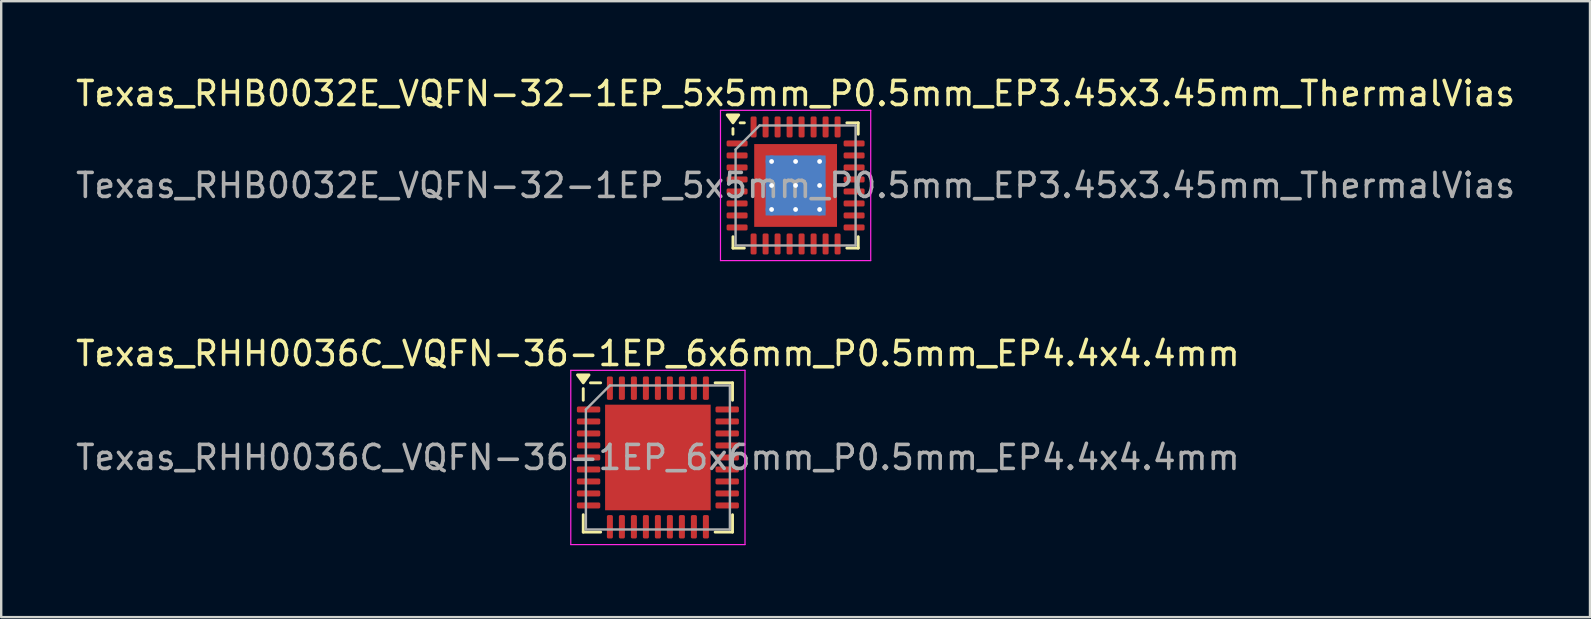
<source format=kicad_pcb>
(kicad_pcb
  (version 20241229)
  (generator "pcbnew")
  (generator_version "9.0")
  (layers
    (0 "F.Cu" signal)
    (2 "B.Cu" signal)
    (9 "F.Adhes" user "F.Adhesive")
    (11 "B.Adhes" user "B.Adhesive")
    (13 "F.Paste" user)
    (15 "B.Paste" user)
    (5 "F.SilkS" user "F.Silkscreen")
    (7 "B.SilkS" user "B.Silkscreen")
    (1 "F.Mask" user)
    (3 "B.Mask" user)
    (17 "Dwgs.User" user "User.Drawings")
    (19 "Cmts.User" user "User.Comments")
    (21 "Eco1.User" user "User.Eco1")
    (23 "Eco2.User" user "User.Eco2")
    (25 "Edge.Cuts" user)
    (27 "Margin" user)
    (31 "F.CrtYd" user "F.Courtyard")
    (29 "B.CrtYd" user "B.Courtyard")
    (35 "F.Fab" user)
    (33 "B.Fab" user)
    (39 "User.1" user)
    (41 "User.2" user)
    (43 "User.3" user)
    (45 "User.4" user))
  (footprint "Texas_RHB0032E_VQFN-32-1EP_5x5mm_P0.5mm_EP3.45x3.45mm_ThermalVias"
    (layer "F.Cu")
    (at 30.101 4.678)
    (property "Reference" "Texas_RHB0032E_VQFN-32-1EP_5x5mm_P0.5mm_EP3.45x3.45mm_ThermalVias" (at 0 -3.83 0) (layer "F.SilkS") (effects (font (size 1 1) (thickness 0.15))))
    (attr smd)
    (fp_line (start -2.61 -2.135) (end -2.61 -2.37) (stroke (width 0.12) (type solid)) (layer "F.SilkS"))
    (fp_line (start -2.61 2.61) (end -2.61 2.135) (stroke (width 0.12) (type solid)) (layer "F.SilkS"))
    (fp_line (start -2.135 -2.61) (end -2.31 -2.61) (stroke (width 0.12) (type solid)) (layer "F.SilkS"))
    (fp_line (start -2.135 2.61) (end -2.61 2.61) (stroke (width 0.12) (type solid)) (layer "F.SilkS"))
    (fp_line (start 2.135 -2.61) (end 2.61 -2.61) (stroke (width 0.12) (type solid)) (layer "F.SilkS"))
    (fp_line (start 2.135 2.61) (end 2.61 2.61) (stroke (width 0.12) (type solid)) (layer "F.SilkS"))
    (fp_line (start 2.61 -2.61) (end 2.61 -2.135) (stroke (width 0.12) (type solid)) (layer "F.SilkS"))
    (fp_line (start 2.61 2.61) (end 2.61 2.135) (stroke (width 0.12) (type solid)) (layer "F.SilkS"))
    (fp_poly (pts (xy -2.61 -2.61) (xy -2.85 -2.94) (xy -2.37 -2.94) (xy -2.61 -2.61)) (stroke (width 0.12) (type solid)) (fill yes) (layer "F.SilkS"))
    (fp_line (start -3.13 -3.13) (end -3.13 3.13) (stroke (width 0.05) (type solid)) (layer "F.CrtYd"))
    (fp_line (start -3.13 3.13) (end 3.13 3.13) (stroke (width 0.05) (type solid)) (layer "F.CrtYd"))
    (fp_line (start 3.13 -3.13) (end -3.13 -3.13) (stroke (width 0.05) (type solid)) (layer "F.CrtYd"))
    (fp_line (start 3.13 3.13) (end 3.13 -3.13) (stroke (width 0.05) (type solid)) (layer "F.CrtYd"))
    (fp_line (start -2.5 -1.5) (end -1.5 -2.5) (stroke (width 0.1) (type solid)) (layer "F.Fab"))
    (fp_line (start -2.5 2.5) (end -2.5 -1.5) (stroke (width 0.1) (type solid)) (layer "F.Fab"))
    (fp_line (start -1.5 -2.5) (end 2.5 -2.5) (stroke (width 0.1) (type solid)) (layer "F.Fab"))
    (fp_line (start 2.5 -2.5) (end 2.5 2.5) (stroke (width 0.1) (type solid)) (layer "F.Fab"))
    (fp_line (start 2.5 2.5) (end -2.5 2.5) (stroke (width 0.1) (type solid)) (layer "F.Fab"))
    (fp_text user "${REFERENCE}" (at 0 0 0) (layer "F.Fab") (effects (font (size 1 1) (thickness 0.15))))
    (pad "" smd custom (at -1.363 -1.363) (size 0.484 0.484) (layers "F.Paste") (options (anchor circle)) (primitives (gr_poly (pts (xy -0.192 -0.192) (xy 0.192 -0.192) (xy 0.192 0.108) (xy 0.108 0.192) (xy -0.192 0.192)) (width 0.201) (fill yes))))
    (pad "" smd custom (at -1.363 -0.5) (size 0.503 0.503) (layers "F.Paste") (options (anchor circle)) (primitives (gr_poly (pts (xy -0.21 -0.321) (xy 0.143 -0.321) (xy 0.21 -0.254) (xy 0.21 0.254) (xy 0.143 0.321) (xy -0.21 0.321)) (width 0.164) (fill yes))))
    (pad "" smd custom (at -1.363 0.5) (size 0.503 0.503) (layers "F.Paste") (options (anchor circle)) (primitives (gr_poly (pts (xy -0.21 -0.321) (xy 0.143 -0.321) (xy 0.21 -0.254) (xy 0.21 0.254) (xy 0.143 0.321) (xy -0.21 0.321)) (width 0.164) (fill yes))))
    (pad "" smd custom (at -1.363 1.363) (size 0.484 0.484) (layers "F.Paste") (options (anchor circle)) (primitives (gr_poly (pts (xy -0.192 -0.192) (xy 0.108 -0.192) (xy 0.192 -0.108) (xy 0.192 0.192) (xy -0.192 0.192)) (width 0.201) (fill yes))))
    (pad "" smd custom (at -0.5 -1.363) (size 0.503 0.503) (layers "F.Paste") (options (anchor circle)) (primitives (gr_poly (pts (xy -0.321 -0.21) (xy 0.321 -0.21) (xy 0.321 0.143) (xy 0.254 0.21) (xy -0.254 0.21) (xy -0.321 0.143)) (width 0.164) (fill yes))))
    (pad "" smd roundrect (at -0.5 -0.5) (size 0.806 0.806) (layers "F.Paste") (roundrect_rratio 0.25))
    (pad "" smd roundrect (at -0.5 0.5) (size 0.806 0.806) (layers "F.Paste") (roundrect_rratio 0.25))
    (pad "" smd custom (at -0.5 1.363) (size 0.503 0.503) (layers "F.Paste") (options (anchor circle)) (primitives (gr_poly (pts (xy -0.321 -0.143) (xy -0.254 -0.21) (xy 0.254 -0.21) (xy 0.321 -0.143) (xy 0.321 0.21) (xy -0.321 0.21)) (width 0.164) (fill yes))))
    (pad "" smd custom (at 0.5 -1.363) (size 0.503 0.503) (layers "F.Paste") (options (anchor circle)) (primitives (gr_poly (pts (xy -0.321 -0.21) (xy 0.321 -0.21) (xy 0.321 0.143) (xy 0.254 0.21) (xy -0.254 0.21) (xy -0.321 0.143)) (width 0.164) (fill yes))))
    (pad "" smd roundrect (at 0.5 -0.5) (size 0.806 0.806) (layers "F.Paste") (roundrect_rratio 0.25))
    (pad "" smd roundrect (at 0.5 0.5) (size 0.806 0.806) (layers "F.Paste") (roundrect_rratio 0.25))
    (pad "" smd custom (at 0.5 1.363) (size 0.503 0.503) (layers "F.Paste") (options (anchor circle)) (primitives (gr_poly (pts (xy -0.321 -0.143) (xy -0.254 -0.21) (xy 0.254 -0.21) (xy 0.321 -0.143) (xy 0.321 0.21) (xy -0.321 0.21)) (width 0.164) (fill yes))))
    (pad "" smd custom (at 1.363 -1.363) (size 0.484 0.484) (layers "F.Paste") (options (anchor circle)) (primitives (gr_poly (pts (xy -0.192 -0.192) (xy 0.192 -0.192) (xy 0.192 0.192) (xy -0.108 0.192) (xy -0.192 0.108)) (width 0.201) (fill yes))))
    (pad "" smd custom (at 1.363 -0.5) (size 0.503 0.503) (layers "F.Paste") (options (anchor circle)) (primitives (gr_poly (pts (xy -0.21 -0.254) (xy -0.143 -0.321) (xy 0.21 -0.321) (xy 0.21 0.321) (xy -0.143 0.321) (xy -0.21 0.254)) (width 0.164) (fill yes))))
    (pad "" smd custom (at 1.363 0.5) (size 0.503 0.503) (layers "F.Paste") (options (anchor circle)) (primitives (gr_poly (pts (xy -0.21 -0.254) (xy -0.143 -0.321) (xy 0.21 -0.321) (xy 0.21 0.321) (xy -0.143 0.321) (xy -0.21 0.254)) (width 0.164) (fill yes))))
    (pad "" smd custom (at 1.363 1.363) (size 0.484 0.484) (layers "F.Paste") (options (anchor circle)) (primitives (gr_poly (pts (xy -0.192 -0.108) (xy -0.108 -0.192) (xy 0.192 -0.192) (xy 0.192 0.192) (xy -0.192 0.192)) (width 0.201) (fill yes))))
    (pad "1" smd roundrect (at -2.438 -1.75) (size 0.875 0.25) (layers "F.Cu" "F.Mask" "F.Paste") (roundrect_rratio 0.25))
    (pad "2" smd roundrect (at -2.438 -1.25) (size 0.875 0.25) (layers "F.Cu" "F.Mask" "F.Paste") (roundrect_rratio 0.25))
    (pad "3" smd roundrect (at -2.438 -0.75) (size 0.875 0.25) (layers "F.Cu" "F.Mask" "F.Paste") (roundrect_rratio 0.25))
    (pad "4" smd roundrect (at -2.438 -0.25) (size 0.875 0.25) (layers "F.Cu" "F.Mask" "F.Paste") (roundrect_rratio 0.25))
    (pad "5" smd roundrect (at -2.438 0.25) (size 0.875 0.25) (layers "F.Cu" "F.Mask" "F.Paste") (roundrect_rratio 0.25))
    (pad "6" smd roundrect (at -2.438 0.75) (size 0.875 0.25) (layers "F.Cu" "F.Mask" "F.Paste") (roundrect_rratio 0.25))
    (pad "7" smd roundrect (at -2.438 1.25) (size 0.875 0.25) (layers "F.Cu" "F.Mask" "F.Paste") (roundrect_rratio 0.25))
    (pad "8" smd roundrect (at -2.438 1.75) (size 0.875 0.25) (layers "F.Cu" "F.Mask" "F.Paste") (roundrect_rratio 0.25))
    (pad "9" smd roundrect (at -1.75 2.438) (size 0.25 0.875) (layers "F.Cu" "F.Mask" "F.Paste") (roundrect_rratio 0.25))
    (pad "10" smd roundrect (at -1.25 2.438) (size 0.25 0.875) (layers "F.Cu" "F.Mask" "F.Paste") (roundrect_rratio 0.25))
    (pad "11" smd roundrect (at -0.75 2.438) (size 0.25 0.875) (layers "F.Cu" "F.Mask" "F.Paste") (roundrect_rratio 0.25))
    (pad "12" smd roundrect (at -0.25 2.438) (size 0.25 0.875) (layers "F.Cu" "F.Mask" "F.Paste") (roundrect_rratio 0.25))
    (pad "13" smd roundrect (at 0.25 2.438) (size 0.25 0.875) (layers "F.Cu" "F.Mask" "F.Paste") (roundrect_rratio 0.25))
    (pad "14" smd roundrect (at 0.75 2.438) (size 0.25 0.875) (layers "F.Cu" "F.Mask" "F.Paste") (roundrect_rratio 0.25))
    (pad "15" smd roundrect (at 1.25 2.438) (size 0.25 0.875) (layers "F.Cu" "F.Mask" "F.Paste") (roundrect_rratio 0.25))
    (pad "16" smd roundrect (at 1.75 2.438) (size 0.25 0.875) (layers "F.Cu" "F.Mask" "F.Paste") (roundrect_rratio 0.25))
    (pad "17" smd roundrect (at 2.438 1.75) (size 0.875 0.25) (layers "F.Cu" "F.Mask" "F.Paste") (roundrect_rratio 0.25))
    (pad "18" smd roundrect (at 2.438 1.25) (size 0.875 0.25) (layers "F.Cu" "F.Mask" "F.Paste") (roundrect_rratio 0.25))
    (pad "19" smd roundrect (at 2.438 0.75) (size 0.875 0.25) (layers "F.Cu" "F.Mask" "F.Paste") (roundrect_rratio 0.25))
    (pad "20" smd roundrect (at 2.438 0.25) (size 0.875 0.25) (layers "F.Cu" "F.Mask" "F.Paste") (roundrect_rratio 0.25))
    (pad "21" smd roundrect (at 2.438 -0.25) (size 0.875 0.25) (layers "F.Cu" "F.Mask" "F.Paste") (roundrect_rratio 0.25))
    (pad "22" smd roundrect (at 2.438 -0.75) (size 0.875 0.25) (layers "F.Cu" "F.Mask" "F.Paste") (roundrect_rratio 0.25))
    (pad "23" smd roundrect (at 2.438 -1.25) (size 0.875 0.25) (layers "F.Cu" "F.Mask" "F.Paste") (roundrect_rratio 0.25))
    (pad "24" smd roundrect (at 2.438 -1.75) (size 0.875 0.25) (layers "F.Cu" "F.Mask" "F.Paste") (roundrect_rratio 0.25))
    (pad "25" smd roundrect (at 1.75 -2.438) (size 0.25 0.875) (layers "F.Cu" "F.Mask" "F.Paste") (roundrect_rratio 0.25))
    (pad "26" smd roundrect (at 1.25 -2.438) (size 0.25 0.875) (layers "F.Cu" "F.Mask" "F.Paste") (roundrect_rratio 0.25))
    (pad "27" smd roundrect (at 0.75 -2.438) (size 0.25 0.875) (layers "F.Cu" "F.Mask" "F.Paste") (roundrect_rratio 0.25))
    (pad "28" smd roundrect (at 0.25 -2.438) (size 0.25 0.875) (layers "F.Cu" "F.Mask" "F.Paste") (roundrect_rratio 0.25))
    (pad "29" smd roundrect (at -0.25 -2.438) (size 0.25 0.875) (layers "F.Cu" "F.Mask" "F.Paste") (roundrect_rratio 0.25))
    (pad "30" smd roundrect (at -0.75 -2.438) (size 0.25 0.875) (layers "F.Cu" "F.Mask" "F.Paste") (roundrect_rratio 0.25))
    (pad "31" smd roundrect (at -1.25 -2.438) (size 0.25 0.875) (layers "F.Cu" "F.Mask" "F.Paste") (roundrect_rratio 0.25))
    (pad "32" smd roundrect (at -1.75 -2.438) (size 0.25 0.875) (layers "F.Cu" "F.Mask" "F.Paste") (roundrect_rratio 0.25))
    (pad "33" thru_hole circle (at -1 -1) (size 0.5 0.5) (drill 0.2) (property pad_prop_heatsink) (layers "*.Cu"))
    (pad "33" thru_hole circle (at -1 0) (size 0.5 0.5) (drill 0.2) (property pad_prop_heatsink) (layers "*.Cu"))
    (pad "33" thru_hole circle (at -1 1) (size 0.5 0.5) (drill 0.2) (property pad_prop_heatsink) (layers "*.Cu"))
    (pad "33" thru_hole circle (at 0 -1) (size 0.5 0.5) (drill 0.2) (property pad_prop_heatsink) (layers "*.Cu"))
    (pad "33" thru_hole circle (at 0 0) (size 0.5 0.5) (drill 0.2) (property pad_prop_heatsink) (layers "*.Cu"))
    (pad "33" smd rect (at 0 0) (size 2.5 2.5) (property pad_prop_heatsink) (layers "B.Cu"))
    (pad "33" smd rect (at 0 0) (size 3.45 3.45) (property pad_prop_heatsink) (layers "F.Cu" "F.Mask"))
    (pad "33" thru_hole circle (at 0 1) (size 0.5 0.5) (drill 0.2) (property pad_prop_heatsink) (layers "*.Cu"))
    (pad "33" thru_hole circle (at 1 -1) (size 0.5 0.5) (drill 0.2) (property pad_prop_heatsink) (layers "*.Cu"))
    (pad "33" thru_hole circle (at 1 0) (size 0.5 0.5) (drill 0.2) (property pad_prop_heatsink) (layers "*.Cu"))
    (pad "33" thru_hole circle (at 1 1) (size 0.5 0.5) (drill 0.2) (property pad_prop_heatsink) (layers "*.Cu")))
  (footprint "Texas_RHH0036C_VQFN-36-1EP_6x6mm_P0.5mm_EP4.4x4.4mm"
    (layer "F.Cu")
    (at 24.363 16.012)
    (property "Reference" "Texas_RHH0036C_VQFN-36-1EP_6x6mm_P0.5mm_EP4.4x4.4mm" (at 0 -4.33 0) (layer "F.SilkS") (effects (font (size 1 1) (thickness 0.15))))
    (attr smd)
    (fp_line (start -3.11 -2.385) (end -3.11 -2.87) (stroke (width 0.12) (type solid)) (layer "F.SilkS"))
    (fp_line (start -3.11 3.11) (end -3.11 2.385) (stroke (width 0.12) (type solid)) (layer "F.SilkS"))
    (fp_line (start -2.385 -3.11) (end -2.81 -3.11) (stroke (width 0.12) (type solid)) (layer "F.SilkS"))
    (fp_line (start -2.385 3.11) (end -3.11 3.11) (stroke (width 0.12) (type solid)) (layer "F.SilkS"))
    (fp_line (start 2.385 -3.11) (end 3.11 -3.11) (stroke (width 0.12) (type solid)) (layer "F.SilkS"))
    (fp_line (start 2.385 3.11) (end 3.11 3.11) (stroke (width 0.12) (type solid)) (layer "F.SilkS"))
    (fp_line (start 3.11 -3.11) (end 3.11 -2.385) (stroke (width 0.12) (type solid)) (layer "F.SilkS"))
    (fp_line (start 3.11 3.11) (end 3.11 2.385) (stroke (width 0.12) (type solid)) (layer "F.SilkS"))
    (fp_poly (pts (xy -3.11 -3.11) (xy -3.35 -3.44) (xy -2.87 -3.44) (xy -3.11 -3.11)) (stroke (width 0.12) (type solid)) (fill yes) (layer "F.SilkS"))
    (fp_line (start -3.63 -3.63) (end -3.63 3.63) (stroke (width 0.05) (type solid)) (layer "F.CrtYd"))
    (fp_line (start -3.63 3.63) (end 3.63 3.63) (stroke (width 0.05) (type solid)) (layer "F.CrtYd"))
    (fp_line (start 3.63 -3.63) (end -3.63 -3.63) (stroke (width 0.05) (type solid)) (layer "F.CrtYd"))
    (fp_line (start 3.63 3.63) (end 3.63 -3.63) (stroke (width 0.05) (type solid)) (layer "F.CrtYd"))
    (fp_line (start -3 -2) (end -2 -3) (stroke (width 0.1) (type solid)) (layer "F.Fab"))
    (fp_line (start -3 3) (end -3 -2) (stroke (width 0.1) (type solid)) (layer "F.Fab"))
    (fp_line (start -2 -3) (end 3 -3) (stroke (width 0.1) (type solid)) (layer "F.Fab"))
    (fp_line (start 3 -3) (end 3 3) (stroke (width 0.1) (type solid)) (layer "F.Fab"))
    (fp_line (start 3 3) (end -3 3) (stroke (width 0.1) (type solid)) (layer "F.Fab"))
    (fp_text user "${REFERENCE}" (at 0 0 0) (layer "F.Fab") (effects (font (size 1 1) (thickness 0.15))))
    (pad "" smd roundrect (at -1.47 -1.47) (size 1.18 1.18) (layers "F.Paste") (roundrect_rratio 0.212))
    (pad "" smd roundrect (at -1.47 0) (size 1.18 1.18) (layers "F.Paste") (roundrect_rratio 0.212))
    (pad "" smd roundrect (at -1.47 1.47) (size 1.18 1.18) (layers "F.Paste") (roundrect_rratio 0.212))
    (pad "" smd roundrect (at 0 -1.47) (size 1.18 1.18) (layers "F.Paste") (roundrect_rratio 0.212))
    (pad "" smd roundrect (at 0 0) (size 1.18 1.18) (layers "F.Paste") (roundrect_rratio 0.212))
    (pad "" smd roundrect (at 0 1.47) (size 1.18 1.18) (layers "F.Paste") (roundrect_rratio 0.212))
    (pad "" smd roundrect (at 1.47 -1.47) (size 1.18 1.18) (layers "F.Paste") (roundrect_rratio 0.212))
    (pad "" smd roundrect (at 1.47 0) (size 1.18 1.18) (layers "F.Paste") (roundrect_rratio 0.212))
    (pad "" smd roundrect (at 1.47 1.47) (size 1.18 1.18) (layers "F.Paste") (roundrect_rratio 0.212))
    (pad "1" smd roundrect (at -2.888 -2) (size 0.975 0.25) (layers "F.Cu" "F.Mask" "F.Paste") (roundrect_rratio 0.25))
    (pad "2" smd roundrect (at -2.888 -1.5) (size 0.975 0.25) (layers "F.Cu" "F.Mask" "F.Paste") (roundrect_rratio 0.25))
    (pad "3" smd roundrect (at -2.888 -1) (size 0.975 0.25) (layers "F.Cu" "F.Mask" "F.Paste") (roundrect_rratio 0.25))
    (pad "4" smd roundrect (at -2.888 -0.5) (size 0.975 0.25) (layers "F.Cu" "F.Mask" "F.Paste") (roundrect_rratio 0.25))
    (pad "5" smd roundrect (at -2.888 0) (size 0.975 0.25) (layers "F.Cu" "F.Mask" "F.Paste") (roundrect_rratio 0.25))
    (pad "6" smd roundrect (at -2.888 0.5) (size 0.975 0.25) (layers "F.Cu" "F.Mask" "F.Paste") (roundrect_rratio 0.25))
    (pad "7" smd roundrect (at -2.888 1) (size 0.975 0.25) (layers "F.Cu" "F.Mask" "F.Paste") (roundrect_rratio 0.25))
    (pad "8" smd roundrect (at -2.888 1.5) (size 0.975 0.25) (layers "F.Cu" "F.Mask" "F.Paste") (roundrect_rratio 0.25))
    (pad "9" smd roundrect (at -2.888 2) (size 0.975 0.25) (layers "F.Cu" "F.Mask" "F.Paste") (roundrect_rratio 0.25))
    (pad "10" smd roundrect (at -2 2.888) (size 0.25 0.975) (layers "F.Cu" "F.Mask" "F.Paste") (roundrect_rratio 0.25))
    (pad "11" smd roundrect (at -1.5 2.888) (size 0.25 0.975) (layers "F.Cu" "F.Mask" "F.Paste") (roundrect_rratio 0.25))
    (pad "12" smd roundrect (at -1 2.888) (size 0.25 0.975) (layers "F.Cu" "F.Mask" "F.Paste") (roundrect_rratio 0.25))
    (pad "13" smd roundrect (at -0.5 2.888) (size 0.25 0.975) (layers "F.Cu" "F.Mask" "F.Paste") (roundrect_rratio 0.25))
    (pad "14" smd roundrect (at 0 2.888) (size 0.25 0.975) (layers "F.Cu" "F.Mask" "F.Paste") (roundrect_rratio 0.25))
    (pad "15" smd roundrect (at 0.5 2.888) (size 0.25 0.975) (layers "F.Cu" "F.Mask" "F.Paste") (roundrect_rratio 0.25))
    (pad "16" smd roundrect (at 1 2.888) (size 0.25 0.975) (layers "F.Cu" "F.Mask" "F.Paste") (roundrect_rratio 0.25))
    (pad "17" smd roundrect (at 1.5 2.888) (size 0.25 0.975) (layers "F.Cu" "F.Mask" "F.Paste") (roundrect_rratio 0.25))
    (pad "18" smd roundrect (at 2 2.888) (size 0.25 0.975) (layers "F.Cu" "F.Mask" "F.Paste") (roundrect_rratio 0.25))
    (pad "19" smd roundrect (at 2.888 2) (size 0.975 0.25) (layers "F.Cu" "F.Mask" "F.Paste") (roundrect_rratio 0.25))
    (pad "20" smd roundrect (at 2.888 1.5) (size 0.975 0.25) (layers "F.Cu" "F.Mask" "F.Paste") (roundrect_rratio 0.25))
    (pad "21" smd roundrect (at 2.888 1) (size 0.975 0.25) (layers "F.Cu" "F.Mask" "F.Paste") (roundrect_rratio 0.25))
    (pad "22" smd roundrect (at 2.888 0.5) (size 0.975 0.25) (layers "F.Cu" "F.Mask" "F.Paste") (roundrect_rratio 0.25))
    (pad "23" smd roundrect (at 2.888 0) (size 0.975 0.25) (layers "F.Cu" "F.Mask" "F.Paste") (roundrect_rratio 0.25))
    (pad "24" smd roundrect (at 2.888 -0.5) (size 0.975 0.25) (layers "F.Cu" "F.Mask" "F.Paste") (roundrect_rratio 0.25))
    (pad "25" smd roundrect (at 2.888 -1) (size 0.975 0.25) (layers "F.Cu" "F.Mask" "F.Paste") (roundrect_rratio 0.25))
    (pad "26" smd roundrect (at 2.888 -1.5) (size 0.975 0.25) (layers "F.Cu" "F.Mask" "F.Paste") (roundrect_rratio 0.25))
    (pad "27" smd roundrect (at 2.888 -2) (size 0.975 0.25) (layers "F.Cu" "F.Mask" "F.Paste") (roundrect_rratio 0.25))
    (pad "28" smd roundrect (at 2 -2.888) (size 0.25 0.975) (layers "F.Cu" "F.Mask" "F.Paste") (roundrect_rratio 0.25))
    (pad "29" smd roundrect (at 1.5 -2.888) (size 0.25 0.975) (layers "F.Cu" "F.Mask" "F.Paste") (roundrect_rratio 0.25))
    (pad "30" smd roundrect (at 1 -2.888) (size 0.25 0.975) (layers "F.Cu" "F.Mask" "F.Paste") (roundrect_rratio 0.25))
    (pad "31" smd roundrect (at 0.5 -2.888) (size 0.25 0.975) (layers "F.Cu" "F.Mask" "F.Paste") (roundrect_rratio 0.25))
    (pad "32" smd roundrect (at 0 -2.888) (size 0.25 0.975) (layers "F.Cu" "F.Mask" "F.Paste") (roundrect_rratio 0.25))
    (pad "33" smd roundrect (at -0.5 -2.888) (size 0.25 0.975) (layers "F.Cu" "F.Mask" "F.Paste") (roundrect_rratio 0.25))
    (pad "34" smd roundrect (at -1 -2.888) (size 0.25 0.975) (layers "F.Cu" "F.Mask" "F.Paste") (roundrect_rratio 0.25))
    (pad "35" smd roundrect (at -1.5 -2.888) (size 0.25 0.975) (layers "F.Cu" "F.Mask" "F.Paste") (roundrect_rratio 0.25))
    (pad "36" smd roundrect (at -2 -2.888) (size 0.25 0.975) (layers "F.Cu" "F.Mask" "F.Paste") (roundrect_rratio 0.25))
    (pad "37" smd rect (at 0 0) (size 4.4 4.4) (property pad_prop_heatsink) (layers "F.Cu" "F.Mask")))
  (gr_rect
    (start -3 -3)
    (end 63.202 22.666)
    (stroke (width 0.1) (type default))
    (fill no)
    (layer "Edge.Cuts")))
</source>
